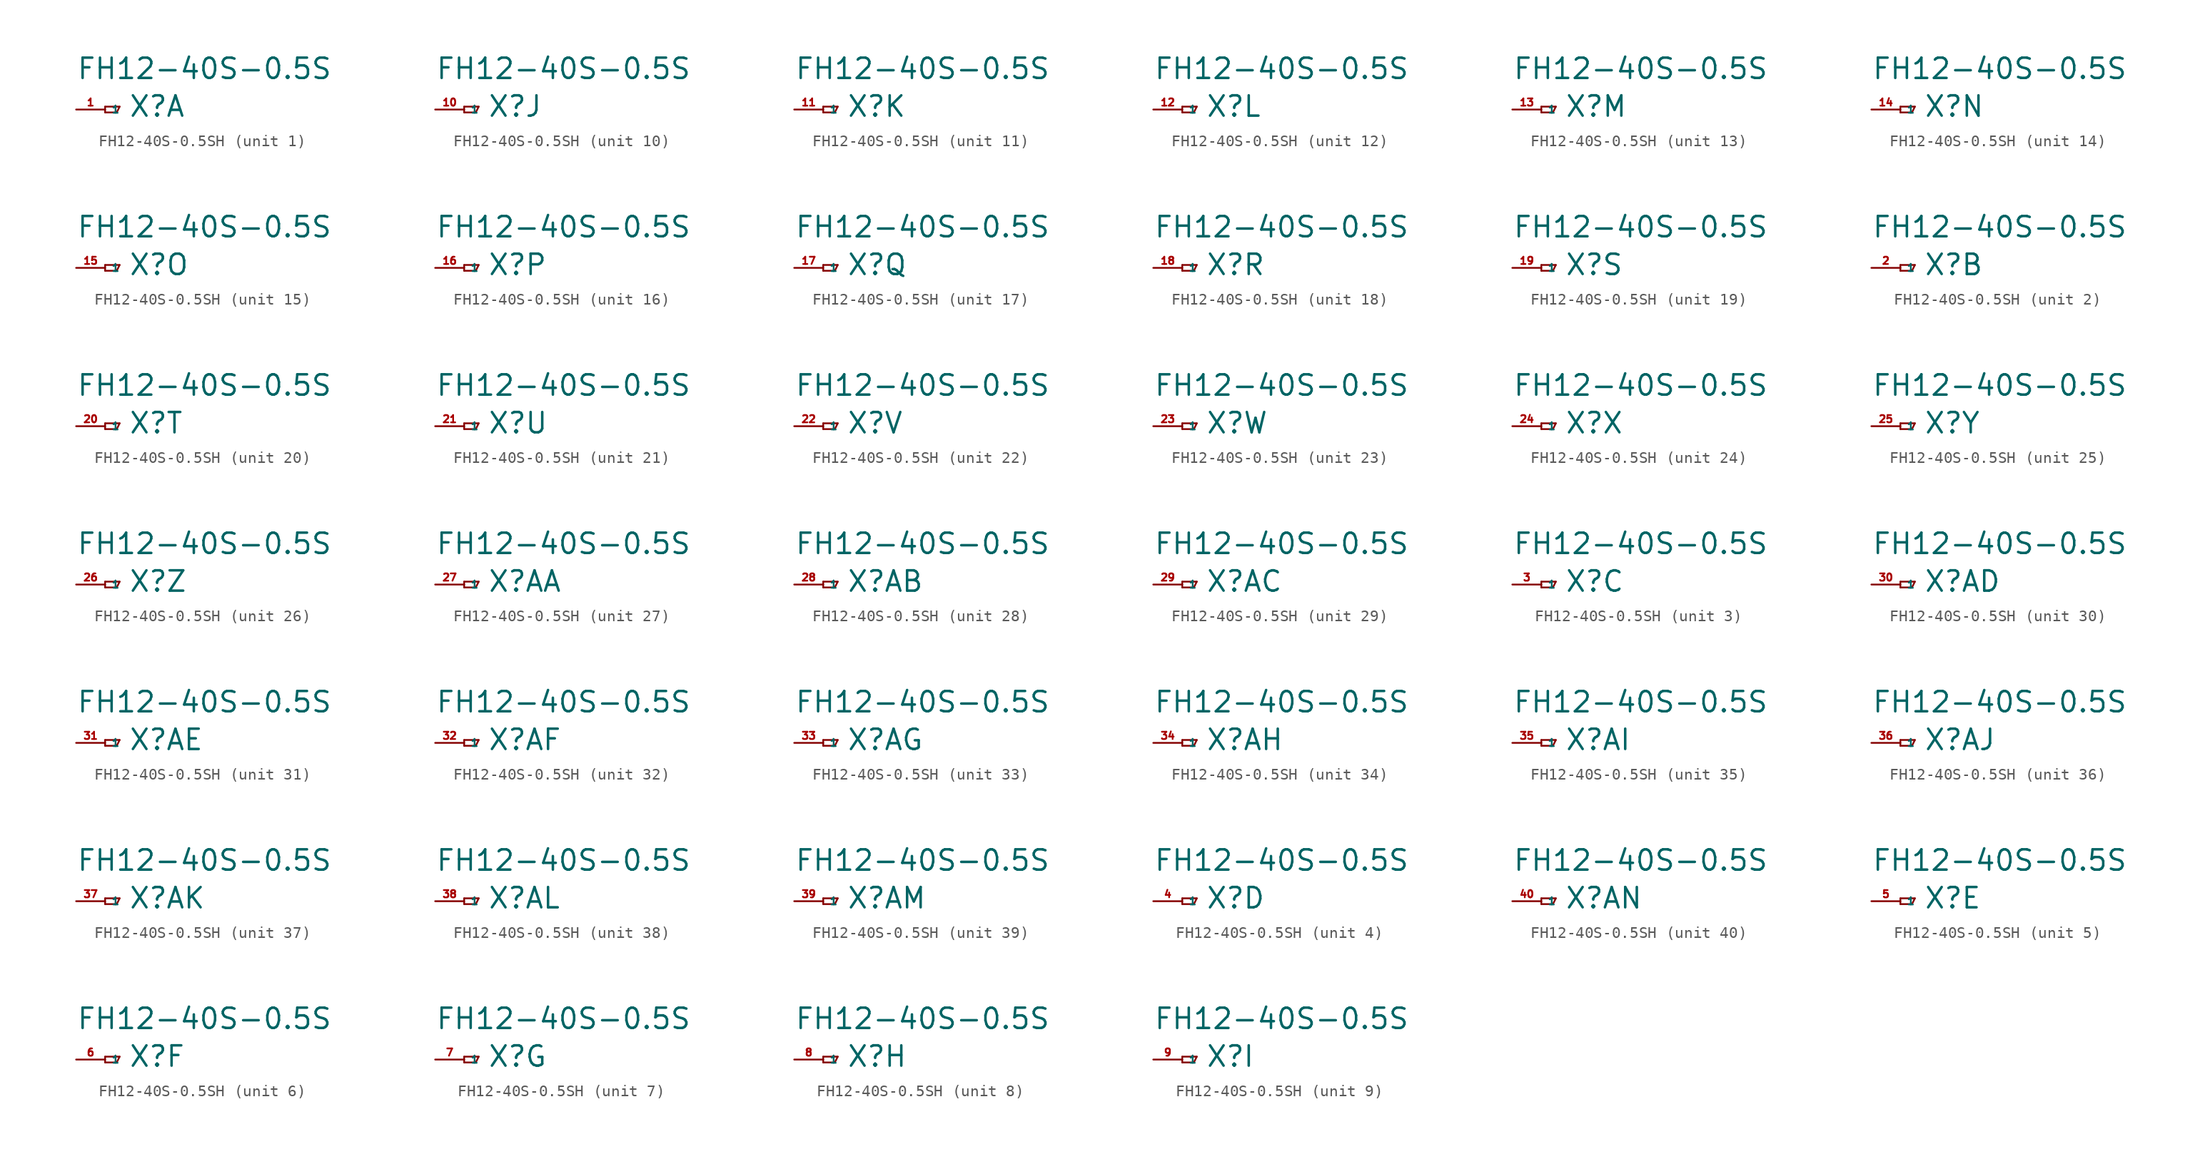
<source format=kicad_sym>
(kicad_symbol_lib
  (version 20220914)
  (generator Eagle2Kicad)
  (symbol "FH12-40S-0.5SH"
    (property "Reference" "X"
      (at 2.032 -0.762 0)
      (effects (font (size 1.778 1.778) (thickness 0.22)) (justify left bottom)))
    (property "Value" "FH12-40S-0.5S"
      (at -2.54 2.54 0)
      (effects (font (size 1.778 1.778) (thickness 0.22)) (justify left bottom)))
    (symbol "FH12-40S-0.5SH_1_0"
      (polyline (pts (xy 0 0.254) (xy 0 -0.254)) (stroke (width 0.152) (type default)) (fill (type none)))
      (polyline (pts (xy 0 -0.254) (xy 1.016 -0.254)) (stroke (width 0.152) (type default)) (fill (type none)))
      (polyline (pts (xy 1.016 -0.254) (xy 1.27 0.254)) (stroke (width 0.152) (type default)) (fill (type none)))
      (polyline (pts (xy 1.27 0.254) (xy 0 0.254)) (stroke (width 0.152) (type default)) (fill (type none)))
      (pin passive line (at -2.54 0 0) (length 2.54) (name "1" (effects (font (size 0.635 0.635) (thickness 0.08)) (justify left bottom))) (number "1" (effects (font (size 0.635 0.635) (thickness 0.08)) (justify left bottom)))))
    (symbol "FH12-40S-0.5SH_2_0"
      (polyline (pts (xy 0 0.254) (xy 0 -0.254)) (stroke (width 0.152) (type default)) (fill (type none)))
      (polyline (pts (xy 0 -0.254) (xy 1.016 -0.254)) (stroke (width 0.152) (type default)) (fill (type none)))
      (polyline (pts (xy 1.016 -0.254) (xy 1.27 0.254)) (stroke (width 0.152) (type default)) (fill (type none)))
      (polyline (pts (xy 1.27 0.254) (xy 0 0.254)) (stroke (width 0.152) (type default)) (fill (type none)))
      (pin passive line (at -2.54 0 0) (length 2.54) (name "1" (effects (font (size 0.635 0.635) (thickness 0.08)) (justify left bottom))) (number "2" (effects (font (size 0.635 0.635) (thickness 0.08)) (justify left bottom)))))
    (symbol "FH12-40S-0.5SH_3_0"
      (polyline (pts (xy 0 0.254) (xy 0 -0.254)) (stroke (width 0.152) (type default)) (fill (type none)))
      (polyline (pts (xy 0 -0.254) (xy 1.016 -0.254)) (stroke (width 0.152) (type default)) (fill (type none)))
      (polyline (pts (xy 1.016 -0.254) (xy 1.27 0.254)) (stroke (width 0.152) (type default)) (fill (type none)))
      (polyline (pts (xy 1.27 0.254) (xy 0 0.254)) (stroke (width 0.152) (type default)) (fill (type none)))
      (pin passive line (at -2.54 0 0) (length 2.54) (name "1" (effects (font (size 0.635 0.635) (thickness 0.08)) (justify left bottom))) (number "3" (effects (font (size 0.635 0.635) (thickness 0.08)) (justify left bottom)))))
    (symbol "FH12-40S-0.5SH_4_0"
      (polyline (pts (xy 0 0.254) (xy 0 -0.254)) (stroke (width 0.152) (type default)) (fill (type none)))
      (polyline (pts (xy 0 -0.254) (xy 1.016 -0.254)) (stroke (width 0.152) (type default)) (fill (type none)))
      (polyline (pts (xy 1.016 -0.254) (xy 1.27 0.254)) (stroke (width 0.152) (type default)) (fill (type none)))
      (polyline (pts (xy 1.27 0.254) (xy 0 0.254)) (stroke (width 0.152) (type default)) (fill (type none)))
      (pin passive line (at -2.54 0 0) (length 2.54) (name "1" (effects (font (size 0.635 0.635) (thickness 0.08)) (justify left bottom))) (number "4" (effects (font (size 0.635 0.635) (thickness 0.08)) (justify left bottom)))))
    (symbol "FH12-40S-0.5SH_5_0"
      (polyline (pts (xy 0 0.254) (xy 0 -0.254)) (stroke (width 0.152) (type default)) (fill (type none)))
      (polyline (pts (xy 0 -0.254) (xy 1.016 -0.254)) (stroke (width 0.152) (type default)) (fill (type none)))
      (polyline (pts (xy 1.016 -0.254) (xy 1.27 0.254)) (stroke (width 0.152) (type default)) (fill (type none)))
      (polyline (pts (xy 1.27 0.254) (xy 0 0.254)) (stroke (width 0.152) (type default)) (fill (type none)))
      (pin passive line (at -2.54 0 0) (length 2.54) (name "1" (effects (font (size 0.635 0.635) (thickness 0.08)) (justify left bottom))) (number "5" (effects (font (size 0.635 0.635) (thickness 0.08)) (justify left bottom)))))
    (symbol "FH12-40S-0.5SH_6_0"
      (polyline (pts (xy 0 0.254) (xy 0 -0.254)) (stroke (width 0.152) (type default)) (fill (type none)))
      (polyline (pts (xy 0 -0.254) (xy 1.016 -0.254)) (stroke (width 0.152) (type default)) (fill (type none)))
      (polyline (pts (xy 1.016 -0.254) (xy 1.27 0.254)) (stroke (width 0.152) (type default)) (fill (type none)))
      (polyline (pts (xy 1.27 0.254) (xy 0 0.254)) (stroke (width 0.152) (type default)) (fill (type none)))
      (pin passive line (at -2.54 0 0) (length 2.54) (name "1" (effects (font (size 0.635 0.635) (thickness 0.08)) (justify left bottom))) (number "6" (effects (font (size 0.635 0.635) (thickness 0.08)) (justify left bottom)))))
    (symbol "FH12-40S-0.5SH_7_0"
      (polyline (pts (xy 0 0.254) (xy 0 -0.254)) (stroke (width 0.152) (type default)) (fill (type none)))
      (polyline (pts (xy 0 -0.254) (xy 1.016 -0.254)) (stroke (width 0.152) (type default)) (fill (type none)))
      (polyline (pts (xy 1.016 -0.254) (xy 1.27 0.254)) (stroke (width 0.152) (type default)) (fill (type none)))
      (polyline (pts (xy 1.27 0.254) (xy 0 0.254)) (stroke (width 0.152) (type default)) (fill (type none)))
      (pin passive line (at -2.54 0 0) (length 2.54) (name "1" (effects (font (size 0.635 0.635) (thickness 0.08)) (justify left bottom))) (number "7" (effects (font (size 0.635 0.635) (thickness 0.08)) (justify left bottom)))))
    (symbol "FH12-40S-0.5SH_8_0"
      (polyline (pts (xy 0 0.254) (xy 0 -0.254)) (stroke (width 0.152) (type default)) (fill (type none)))
      (polyline (pts (xy 0 -0.254) (xy 1.016 -0.254)) (stroke (width 0.152) (type default)) (fill (type none)))
      (polyline (pts (xy 1.016 -0.254) (xy 1.27 0.254)) (stroke (width 0.152) (type default)) (fill (type none)))
      (polyline (pts (xy 1.27 0.254) (xy 0 0.254)) (stroke (width 0.152) (type default)) (fill (type none)))
      (pin passive line (at -2.54 0 0) (length 2.54) (name "1" (effects (font (size 0.635 0.635) (thickness 0.08)) (justify left bottom))) (number "8" (effects (font (size 0.635 0.635) (thickness 0.08)) (justify left bottom)))))
    (symbol "FH12-40S-0.5SH_9_0"
      (polyline (pts (xy 0 0.254) (xy 0 -0.254)) (stroke (width 0.152) (type default)) (fill (type none)))
      (polyline (pts (xy 0 -0.254) (xy 1.016 -0.254)) (stroke (width 0.152) (type default)) (fill (type none)))
      (polyline (pts (xy 1.016 -0.254) (xy 1.27 0.254)) (stroke (width 0.152) (type default)) (fill (type none)))
      (polyline (pts (xy 1.27 0.254) (xy 0 0.254)) (stroke (width 0.152) (type default)) (fill (type none)))
      (pin passive line (at -2.54 0 0) (length 2.54) (name "1" (effects (font (size 0.635 0.635) (thickness 0.08)) (justify left bottom))) (number "9" (effects (font (size 0.635 0.635) (thickness 0.08)) (justify left bottom)))))
    (symbol "FH12-40S-0.5SH_10_0"
      (polyline (pts (xy 0 0.254) (xy 0 -0.254)) (stroke (width 0.152) (type default)) (fill (type none)))
      (polyline (pts (xy 0 -0.254) (xy 1.016 -0.254)) (stroke (width 0.152) (type default)) (fill (type none)))
      (polyline (pts (xy 1.016 -0.254) (xy 1.27 0.254)) (stroke (width 0.152) (type default)) (fill (type none)))
      (polyline (pts (xy 1.27 0.254) (xy 0 0.254)) (stroke (width 0.152) (type default)) (fill (type none)))
      (pin passive line (at -2.54 0 0) (length 2.54) (name "1" (effects (font (size 0.635 0.635) (thickness 0.08)) (justify left bottom))) (number "10" (effects (font (size 0.635 0.635) (thickness 0.08)) (justify left bottom)))))
    (symbol "FH12-40S-0.5SH_11_0"
      (polyline (pts (xy 0 0.254) (xy 0 -0.254)) (stroke (width 0.152) (type default)) (fill (type none)))
      (polyline (pts (xy 0 -0.254) (xy 1.016 -0.254)) (stroke (width 0.152) (type default)) (fill (type none)))
      (polyline (pts (xy 1.016 -0.254) (xy 1.27 0.254)) (stroke (width 0.152) (type default)) (fill (type none)))
      (polyline (pts (xy 1.27 0.254) (xy 0 0.254)) (stroke (width 0.152) (type default)) (fill (type none)))
      (pin passive line (at -2.54 0 0) (length 2.54) (name "1" (effects (font (size 0.635 0.635) (thickness 0.08)) (justify left bottom))) (number "11" (effects (font (size 0.635 0.635) (thickness 0.08)) (justify left bottom)))))
    (symbol "FH12-40S-0.5SH_12_0"
      (polyline (pts (xy 0 0.254) (xy 0 -0.254)) (stroke (width 0.152) (type default)) (fill (type none)))
      (polyline (pts (xy 0 -0.254) (xy 1.016 -0.254)) (stroke (width 0.152) (type default)) (fill (type none)))
      (polyline (pts (xy 1.016 -0.254) (xy 1.27 0.254)) (stroke (width 0.152) (type default)) (fill (type none)))
      (polyline (pts (xy 1.27 0.254) (xy 0 0.254)) (stroke (width 0.152) (type default)) (fill (type none)))
      (pin passive line (at -2.54 0 0) (length 2.54) (name "1" (effects (font (size 0.635 0.635) (thickness 0.08)) (justify left bottom))) (number "12" (effects (font (size 0.635 0.635) (thickness 0.08)) (justify left bottom)))))
    (symbol "FH12-40S-0.5SH_13_0"
      (polyline (pts (xy 0 0.254) (xy 0 -0.254)) (stroke (width 0.152) (type default)) (fill (type none)))
      (polyline (pts (xy 0 -0.254) (xy 1.016 -0.254)) (stroke (width 0.152) (type default)) (fill (type none)))
      (polyline (pts (xy 1.016 -0.254) (xy 1.27 0.254)) (stroke (width 0.152) (type default)) (fill (type none)))
      (polyline (pts (xy 1.27 0.254) (xy 0 0.254)) (stroke (width 0.152) (type default)) (fill (type none)))
      (pin passive line (at -2.54 0 0) (length 2.54) (name "1" (effects (font (size 0.635 0.635) (thickness 0.08)) (justify left bottom))) (number "13" (effects (font (size 0.635 0.635) (thickness 0.08)) (justify left bottom)))))
    (symbol "FH12-40S-0.5SH_14_0"
      (polyline (pts (xy 0 0.254) (xy 0 -0.254)) (stroke (width 0.152) (type default)) (fill (type none)))
      (polyline (pts (xy 0 -0.254) (xy 1.016 -0.254)) (stroke (width 0.152) (type default)) (fill (type none)))
      (polyline (pts (xy 1.016 -0.254) (xy 1.27 0.254)) (stroke (width 0.152) (type default)) (fill (type none)))
      (polyline (pts (xy 1.27 0.254) (xy 0 0.254)) (stroke (width 0.152) (type default)) (fill (type none)))
      (pin passive line (at -2.54 0 0) (length 2.54) (name "1" (effects (font (size 0.635 0.635) (thickness 0.08)) (justify left bottom))) (number "14" (effects (font (size 0.635 0.635) (thickness 0.08)) (justify left bottom)))))
    (symbol "FH12-40S-0.5SH_15_0"
      (polyline (pts (xy 0 0.254) (xy 0 -0.254)) (stroke (width 0.152) (type default)) (fill (type none)))
      (polyline (pts (xy 0 -0.254) (xy 1.016 -0.254)) (stroke (width 0.152) (type default)) (fill (type none)))
      (polyline (pts (xy 1.016 -0.254) (xy 1.27 0.254)) (stroke (width 0.152) (type default)) (fill (type none)))
      (polyline (pts (xy 1.27 0.254) (xy 0 0.254)) (stroke (width 0.152) (type default)) (fill (type none)))
      (pin passive line (at -2.54 0 0) (length 2.54) (name "1" (effects (font (size 0.635 0.635) (thickness 0.08)) (justify left bottom))) (number "15" (effects (font (size 0.635 0.635) (thickness 0.08)) (justify left bottom)))))
    (symbol "FH12-40S-0.5SH_16_0"
      (polyline (pts (xy 0 0.254) (xy 0 -0.254)) (stroke (width 0.152) (type default)) (fill (type none)))
      (polyline (pts (xy 0 -0.254) (xy 1.016 -0.254)) (stroke (width 0.152) (type default)) (fill (type none)))
      (polyline (pts (xy 1.016 -0.254) (xy 1.27 0.254)) (stroke (width 0.152) (type default)) (fill (type none)))
      (polyline (pts (xy 1.27 0.254) (xy 0 0.254)) (stroke (width 0.152) (type default)) (fill (type none)))
      (pin passive line (at -2.54 0 0) (length 2.54) (name "1" (effects (font (size 0.635 0.635) (thickness 0.08)) (justify left bottom))) (number "16" (effects (font (size 0.635 0.635) (thickness 0.08)) (justify left bottom)))))
    (symbol "FH12-40S-0.5SH_17_0"
      (polyline (pts (xy 0 0.254) (xy 0 -0.254)) (stroke (width 0.152) (type default)) (fill (type none)))
      (polyline (pts (xy 0 -0.254) (xy 1.016 -0.254)) (stroke (width 0.152) (type default)) (fill (type none)))
      (polyline (pts (xy 1.016 -0.254) (xy 1.27 0.254)) (stroke (width 0.152) (type default)) (fill (type none)))
      (polyline (pts (xy 1.27 0.254) (xy 0 0.254)) (stroke (width 0.152) (type default)) (fill (type none)))
      (pin passive line (at -2.54 0 0) (length 2.54) (name "1" (effects (font (size 0.635 0.635) (thickness 0.08)) (justify left bottom))) (number "17" (effects (font (size 0.635 0.635) (thickness 0.08)) (justify left bottom)))))
    (symbol "FH12-40S-0.5SH_18_0"
      (polyline (pts (xy 0 0.254) (xy 0 -0.254)) (stroke (width 0.152) (type default)) (fill (type none)))
      (polyline (pts (xy 0 -0.254) (xy 1.016 -0.254)) (stroke (width 0.152) (type default)) (fill (type none)))
      (polyline (pts (xy 1.016 -0.254) (xy 1.27 0.254)) (stroke (width 0.152) (type default)) (fill (type none)))
      (polyline (pts (xy 1.27 0.254) (xy 0 0.254)) (stroke (width 0.152) (type default)) (fill (type none)))
      (pin passive line (at -2.54 0 0) (length 2.54) (name "1" (effects (font (size 0.635 0.635) (thickness 0.08)) (justify left bottom))) (number "18" (effects (font (size 0.635 0.635) (thickness 0.08)) (justify left bottom)))))
    (symbol "FH12-40S-0.5SH_19_0"
      (polyline (pts (xy 0 0.254) (xy 0 -0.254)) (stroke (width 0.152) (type default)) (fill (type none)))
      (polyline (pts (xy 0 -0.254) (xy 1.016 -0.254)) (stroke (width 0.152) (type default)) (fill (type none)))
      (polyline (pts (xy 1.016 -0.254) (xy 1.27 0.254)) (stroke (width 0.152) (type default)) (fill (type none)))
      (polyline (pts (xy 1.27 0.254) (xy 0 0.254)) (stroke (width 0.152) (type default)) (fill (type none)))
      (pin passive line (at -2.54 0 0) (length 2.54) (name "1" (effects (font (size 0.635 0.635) (thickness 0.08)) (justify left bottom))) (number "19" (effects (font (size 0.635 0.635) (thickness 0.08)) (justify left bottom)))))
    (symbol "FH12-40S-0.5SH_20_0"
      (polyline (pts (xy 0 0.254) (xy 0 -0.254)) (stroke (width 0.152) (type default)) (fill (type none)))
      (polyline (pts (xy 0 -0.254) (xy 1.016 -0.254)) (stroke (width 0.152) (type default)) (fill (type none)))
      (polyline (pts (xy 1.016 -0.254) (xy 1.27 0.254)) (stroke (width 0.152) (type default)) (fill (type none)))
      (polyline (pts (xy 1.27 0.254) (xy 0 0.254)) (stroke (width 0.152) (type default)) (fill (type none)))
      (pin passive line (at -2.54 0 0) (length 2.54) (name "1" (effects (font (size 0.635 0.635) (thickness 0.08)) (justify left bottom))) (number "20" (effects (font (size 0.635 0.635) (thickness 0.08)) (justify left bottom)))))
    (symbol "FH12-40S-0.5SH_21_0"
      (polyline (pts (xy 0 0.254) (xy 0 -0.254)) (stroke (width 0.152) (type default)) (fill (type none)))
      (polyline (pts (xy 0 -0.254) (xy 1.016 -0.254)) (stroke (width 0.152) (type default)) (fill (type none)))
      (polyline (pts (xy 1.016 -0.254) (xy 1.27 0.254)) (stroke (width 0.152) (type default)) (fill (type none)))
      (polyline (pts (xy 1.27 0.254) (xy 0 0.254)) (stroke (width 0.152) (type default)) (fill (type none)))
      (pin passive line (at -2.54 0 0) (length 2.54) (name "1" (effects (font (size 0.635 0.635) (thickness 0.08)) (justify left bottom))) (number "21" (effects (font (size 0.635 0.635) (thickness 0.08)) (justify left bottom)))))
    (symbol "FH12-40S-0.5SH_22_0"
      (polyline (pts (xy 0 0.254) (xy 0 -0.254)) (stroke (width 0.152) (type default)) (fill (type none)))
      (polyline (pts (xy 0 -0.254) (xy 1.016 -0.254)) (stroke (width 0.152) (type default)) (fill (type none)))
      (polyline (pts (xy 1.016 -0.254) (xy 1.27 0.254)) (stroke (width 0.152) (type default)) (fill (type none)))
      (polyline (pts (xy 1.27 0.254) (xy 0 0.254)) (stroke (width 0.152) (type default)) (fill (type none)))
      (pin passive line (at -2.54 0 0) (length 2.54) (name "1" (effects (font (size 0.635 0.635) (thickness 0.08)) (justify left bottom))) (number "22" (effects (font (size 0.635 0.635) (thickness 0.08)) (justify left bottom)))))
    (symbol "FH12-40S-0.5SH_23_0"
      (polyline (pts (xy 0 0.254) (xy 0 -0.254)) (stroke (width 0.152) (type default)) (fill (type none)))
      (polyline (pts (xy 0 -0.254) (xy 1.016 -0.254)) (stroke (width 0.152) (type default)) (fill (type none)))
      (polyline (pts (xy 1.016 -0.254) (xy 1.27 0.254)) (stroke (width 0.152) (type default)) (fill (type none)))
      (polyline (pts (xy 1.27 0.254) (xy 0 0.254)) (stroke (width 0.152) (type default)) (fill (type none)))
      (pin passive line (at -2.54 0 0) (length 2.54) (name "1" (effects (font (size 0.635 0.635) (thickness 0.08)) (justify left bottom))) (number "23" (effects (font (size 0.635 0.635) (thickness 0.08)) (justify left bottom)))))
    (symbol "FH12-40S-0.5SH_24_0"
      (polyline (pts (xy 0 0.254) (xy 0 -0.254)) (stroke (width 0.152) (type default)) (fill (type none)))
      (polyline (pts (xy 0 -0.254) (xy 1.016 -0.254)) (stroke (width 0.152) (type default)) (fill (type none)))
      (polyline (pts (xy 1.016 -0.254) (xy 1.27 0.254)) (stroke (width 0.152) (type default)) (fill (type none)))
      (polyline (pts (xy 1.27 0.254) (xy 0 0.254)) (stroke (width 0.152) (type default)) (fill (type none)))
      (pin passive line (at -2.54 0 0) (length 2.54) (name "1" (effects (font (size 0.635 0.635) (thickness 0.08)) (justify left bottom))) (number "24" (effects (font (size 0.635 0.635) (thickness 0.08)) (justify left bottom)))))
    (symbol "FH12-40S-0.5SH_25_0"
      (polyline (pts (xy 0 0.254) (xy 0 -0.254)) (stroke (width 0.152) (type default)) (fill (type none)))
      (polyline (pts (xy 0 -0.254) (xy 1.016 -0.254)) (stroke (width 0.152) (type default)) (fill (type none)))
      (polyline (pts (xy 1.016 -0.254) (xy 1.27 0.254)) (stroke (width 0.152) (type default)) (fill (type none)))
      (polyline (pts (xy 1.27 0.254) (xy 0 0.254)) (stroke (width 0.152) (type default)) (fill (type none)))
      (pin passive line (at -2.54 0 0) (length 2.54) (name "1" (effects (font (size 0.635 0.635) (thickness 0.08)) (justify left bottom))) (number "25" (effects (font (size 0.635 0.635) (thickness 0.08)) (justify left bottom)))))
    (symbol "FH12-40S-0.5SH_26_0"
      (polyline (pts (xy 0 0.254) (xy 0 -0.254)) (stroke (width 0.152) (type default)) (fill (type none)))
      (polyline (pts (xy 0 -0.254) (xy 1.016 -0.254)) (stroke (width 0.152) (type default)) (fill (type none)))
      (polyline (pts (xy 1.016 -0.254) (xy 1.27 0.254)) (stroke (width 0.152) (type default)) (fill (type none)))
      (polyline (pts (xy 1.27 0.254) (xy 0 0.254)) (stroke (width 0.152) (type default)) (fill (type none)))
      (pin passive line (at -2.54 0 0) (length 2.54) (name "1" (effects (font (size 0.635 0.635) (thickness 0.08)) (justify left bottom))) (number "26" (effects (font (size 0.635 0.635) (thickness 0.08)) (justify left bottom)))))
    (symbol "FH12-40S-0.5SH_27_0"
      (polyline (pts (xy 0 0.254) (xy 0 -0.254)) (stroke (width 0.152) (type default)) (fill (type none)))
      (polyline (pts (xy 0 -0.254) (xy 1.016 -0.254)) (stroke (width 0.152) (type default)) (fill (type none)))
      (polyline (pts (xy 1.016 -0.254) (xy 1.27 0.254)) (stroke (width 0.152) (type default)) (fill (type none)))
      (polyline (pts (xy 1.27 0.254) (xy 0 0.254)) (stroke (width 0.152) (type default)) (fill (type none)))
      (pin passive line (at -2.54 0 0) (length 2.54) (name "1" (effects (font (size 0.635 0.635) (thickness 0.08)) (justify left bottom))) (number "27" (effects (font (size 0.635 0.635) (thickness 0.08)) (justify left bottom)))))
    (symbol "FH12-40S-0.5SH_28_0"
      (polyline (pts (xy 0 0.254) (xy 0 -0.254)) (stroke (width 0.152) (type default)) (fill (type none)))
      (polyline (pts (xy 0 -0.254) (xy 1.016 -0.254)) (stroke (width 0.152) (type default)) (fill (type none)))
      (polyline (pts (xy 1.016 -0.254) (xy 1.27 0.254)) (stroke (width 0.152) (type default)) (fill (type none)))
      (polyline (pts (xy 1.27 0.254) (xy 0 0.254)) (stroke (width 0.152) (type default)) (fill (type none)))
      (pin passive line (at -2.54 0 0) (length 2.54) (name "1" (effects (font (size 0.635 0.635) (thickness 0.08)) (justify left bottom))) (number "28" (effects (font (size 0.635 0.635) (thickness 0.08)) (justify left bottom)))))
    (symbol "FH12-40S-0.5SH_29_0"
      (polyline (pts (xy 0 0.254) (xy 0 -0.254)) (stroke (width 0.152) (type default)) (fill (type none)))
      (polyline (pts (xy 0 -0.254) (xy 1.016 -0.254)) (stroke (width 0.152) (type default)) (fill (type none)))
      (polyline (pts (xy 1.016 -0.254) (xy 1.27 0.254)) (stroke (width 0.152) (type default)) (fill (type none)))
      (polyline (pts (xy 1.27 0.254) (xy 0 0.254)) (stroke (width 0.152) (type default)) (fill (type none)))
      (pin passive line (at -2.54 0 0) (length 2.54) (name "1" (effects (font (size 0.635 0.635) (thickness 0.08)) (justify left bottom))) (number "29" (effects (font (size 0.635 0.635) (thickness 0.08)) (justify left bottom)))))
    (symbol "FH12-40S-0.5SH_30_0"
      (polyline (pts (xy 0 0.254) (xy 0 -0.254)) (stroke (width 0.152) (type default)) (fill (type none)))
      (polyline (pts (xy 0 -0.254) (xy 1.016 -0.254)) (stroke (width 0.152) (type default)) (fill (type none)))
      (polyline (pts (xy 1.016 -0.254) (xy 1.27 0.254)) (stroke (width 0.152) (type default)) (fill (type none)))
      (polyline (pts (xy 1.27 0.254) (xy 0 0.254)) (stroke (width 0.152) (type default)) (fill (type none)))
      (pin passive line (at -2.54 0 0) (length 2.54) (name "1" (effects (font (size 0.635 0.635) (thickness 0.08)) (justify left bottom))) (number "30" (effects (font (size 0.635 0.635) (thickness 0.08)) (justify left bottom)))))
    (symbol "FH12-40S-0.5SH_31_0"
      (polyline (pts (xy 0 0.254) (xy 0 -0.254)) (stroke (width 0.152) (type default)) (fill (type none)))
      (polyline (pts (xy 0 -0.254) (xy 1.016 -0.254)) (stroke (width 0.152) (type default)) (fill (type none)))
      (polyline (pts (xy 1.016 -0.254) (xy 1.27 0.254)) (stroke (width 0.152) (type default)) (fill (type none)))
      (polyline (pts (xy 1.27 0.254) (xy 0 0.254)) (stroke (width 0.152) (type default)) (fill (type none)))
      (pin passive line (at -2.54 0 0) (length 2.54) (name "1" (effects (font (size 0.635 0.635) (thickness 0.08)) (justify left bottom))) (number "31" (effects (font (size 0.635 0.635) (thickness 0.08)) (justify left bottom)))))
    (symbol "FH12-40S-0.5SH_32_0"
      (polyline (pts (xy 0 0.254) (xy 0 -0.254)) (stroke (width 0.152) (type default)) (fill (type none)))
      (polyline (pts (xy 0 -0.254) (xy 1.016 -0.254)) (stroke (width 0.152) (type default)) (fill (type none)))
      (polyline (pts (xy 1.016 -0.254) (xy 1.27 0.254)) (stroke (width 0.152) (type default)) (fill (type none)))
      (polyline (pts (xy 1.27 0.254) (xy 0 0.254)) (stroke (width 0.152) (type default)) (fill (type none)))
      (pin passive line (at -2.54 0 0) (length 2.54) (name "1" (effects (font (size 0.635 0.635) (thickness 0.08)) (justify left bottom))) (number "32" (effects (font (size 0.635 0.635) (thickness 0.08)) (justify left bottom)))))
    (symbol "FH12-40S-0.5SH_33_0"
      (polyline (pts (xy 0 0.254) (xy 0 -0.254)) (stroke (width 0.152) (type default)) (fill (type none)))
      (polyline (pts (xy 0 -0.254) (xy 1.016 -0.254)) (stroke (width 0.152) (type default)) (fill (type none)))
      (polyline (pts (xy 1.016 -0.254) (xy 1.27 0.254)) (stroke (width 0.152) (type default)) (fill (type none)))
      (polyline (pts (xy 1.27 0.254) (xy 0 0.254)) (stroke (width 0.152) (type default)) (fill (type none)))
      (pin passive line (at -2.54 0 0) (length 2.54) (name "1" (effects (font (size 0.635 0.635) (thickness 0.08)) (justify left bottom))) (number "33" (effects (font (size 0.635 0.635) (thickness 0.08)) (justify left bottom)))))
    (symbol "FH12-40S-0.5SH_34_0"
      (polyline (pts (xy 0 0.254) (xy 0 -0.254)) (stroke (width 0.152) (type default)) (fill (type none)))
      (polyline (pts (xy 0 -0.254) (xy 1.016 -0.254)) (stroke (width 0.152) (type default)) (fill (type none)))
      (polyline (pts (xy 1.016 -0.254) (xy 1.27 0.254)) (stroke (width 0.152) (type default)) (fill (type none)))
      (polyline (pts (xy 1.27 0.254) (xy 0 0.254)) (stroke (width 0.152) (type default)) (fill (type none)))
      (pin passive line (at -2.54 0 0) (length 2.54) (name "1" (effects (font (size 0.635 0.635) (thickness 0.08)) (justify left bottom))) (number "34" (effects (font (size 0.635 0.635) (thickness 0.08)) (justify left bottom)))))
    (symbol "FH12-40S-0.5SH_35_0"
      (polyline (pts (xy 0 0.254) (xy 0 -0.254)) (stroke (width 0.152) (type default)) (fill (type none)))
      (polyline (pts (xy 0 -0.254) (xy 1.016 -0.254)) (stroke (width 0.152) (type default)) (fill (type none)))
      (polyline (pts (xy 1.016 -0.254) (xy 1.27 0.254)) (stroke (width 0.152) (type default)) (fill (type none)))
      (polyline (pts (xy 1.27 0.254) (xy 0 0.254)) (stroke (width 0.152) (type default)) (fill (type none)))
      (pin passive line (at -2.54 0 0) (length 2.54) (name "1" (effects (font (size 0.635 0.635) (thickness 0.08)) (justify left bottom))) (number "35" (effects (font (size 0.635 0.635) (thickness 0.08)) (justify left bottom)))))
    (symbol "FH12-40S-0.5SH_36_0"
      (polyline (pts (xy 0 0.254) (xy 0 -0.254)) (stroke (width 0.152) (type default)) (fill (type none)))
      (polyline (pts (xy 0 -0.254) (xy 1.016 -0.254)) (stroke (width 0.152) (type default)) (fill (type none)))
      (polyline (pts (xy 1.016 -0.254) (xy 1.27 0.254)) (stroke (width 0.152) (type default)) (fill (type none)))
      (polyline (pts (xy 1.27 0.254) (xy 0 0.254)) (stroke (width 0.152) (type default)) (fill (type none)))
      (pin passive line (at -2.54 0 0) (length 2.54) (name "1" (effects (font (size 0.635 0.635) (thickness 0.08)) (justify left bottom))) (number "36" (effects (font (size 0.635 0.635) (thickness 0.08)) (justify left bottom)))))
    (symbol "FH12-40S-0.5SH_37_0"
      (polyline (pts (xy 0 0.254) (xy 0 -0.254)) (stroke (width 0.152) (type default)) (fill (type none)))
      (polyline (pts (xy 0 -0.254) (xy 1.016 -0.254)) (stroke (width 0.152) (type default)) (fill (type none)))
      (polyline (pts (xy 1.016 -0.254) (xy 1.27 0.254)) (stroke (width 0.152) (type default)) (fill (type none)))
      (polyline (pts (xy 1.27 0.254) (xy 0 0.254)) (stroke (width 0.152) (type default)) (fill (type none)))
      (pin passive line (at -2.54 0 0) (length 2.54) (name "1" (effects (font (size 0.635 0.635) (thickness 0.08)) (justify left bottom))) (number "37" (effects (font (size 0.635 0.635) (thickness 0.08)) (justify left bottom)))))
    (symbol "FH12-40S-0.5SH_38_0"
      (polyline (pts (xy 0 0.254) (xy 0 -0.254)) (stroke (width 0.152) (type default)) (fill (type none)))
      (polyline (pts (xy 0 -0.254) (xy 1.016 -0.254)) (stroke (width 0.152) (type default)) (fill (type none)))
      (polyline (pts (xy 1.016 -0.254) (xy 1.27 0.254)) (stroke (width 0.152) (type default)) (fill (type none)))
      (polyline (pts (xy 1.27 0.254) (xy 0 0.254)) (stroke (width 0.152) (type default)) (fill (type none)))
      (pin passive line (at -2.54 0 0) (length 2.54) (name "1" (effects (font (size 0.635 0.635) (thickness 0.08)) (justify left bottom))) (number "38" (effects (font (size 0.635 0.635) (thickness 0.08)) (justify left bottom)))))
    (symbol "FH12-40S-0.5SH_39_0"
      (polyline (pts (xy 0 0.254) (xy 0 -0.254)) (stroke (width 0.152) (type default)) (fill (type none)))
      (polyline (pts (xy 0 -0.254) (xy 1.016 -0.254)) (stroke (width 0.152) (type default)) (fill (type none)))
      (polyline (pts (xy 1.016 -0.254) (xy 1.27 0.254)) (stroke (width 0.152) (type default)) (fill (type none)))
      (polyline (pts (xy 1.27 0.254) (xy 0 0.254)) (stroke (width 0.152) (type default)) (fill (type none)))
      (pin passive line (at -2.54 0 0) (length 2.54) (name "1" (effects (font (size 0.635 0.635) (thickness 0.08)) (justify left bottom))) (number "39" (effects (font (size 0.635 0.635) (thickness 0.08)) (justify left bottom)))))
    (symbol "FH12-40S-0.5SH_40_0"
      (polyline (pts (xy 0 0.254) (xy 0 -0.254)) (stroke (width 0.152) (type default)) (fill (type none)))
      (polyline (pts (xy 0 -0.254) (xy 1.016 -0.254)) (stroke (width 0.152) (type default)) (fill (type none)))
      (polyline (pts (xy 1.016 -0.254) (xy 1.27 0.254)) (stroke (width 0.152) (type default)) (fill (type none)))
      (polyline (pts (xy 1.27 0.254) (xy 0 0.254)) (stroke (width 0.152) (type default)) (fill (type none)))
      (pin passive line (at -2.54 0 0) (length 2.54) (name "1" (effects (font (size 0.635 0.635) (thickness 0.08)) (justify left bottom))) (number "40" (effects (font (size 0.635 0.635) (thickness 0.08)) (justify left bottom)))))))
</source>
